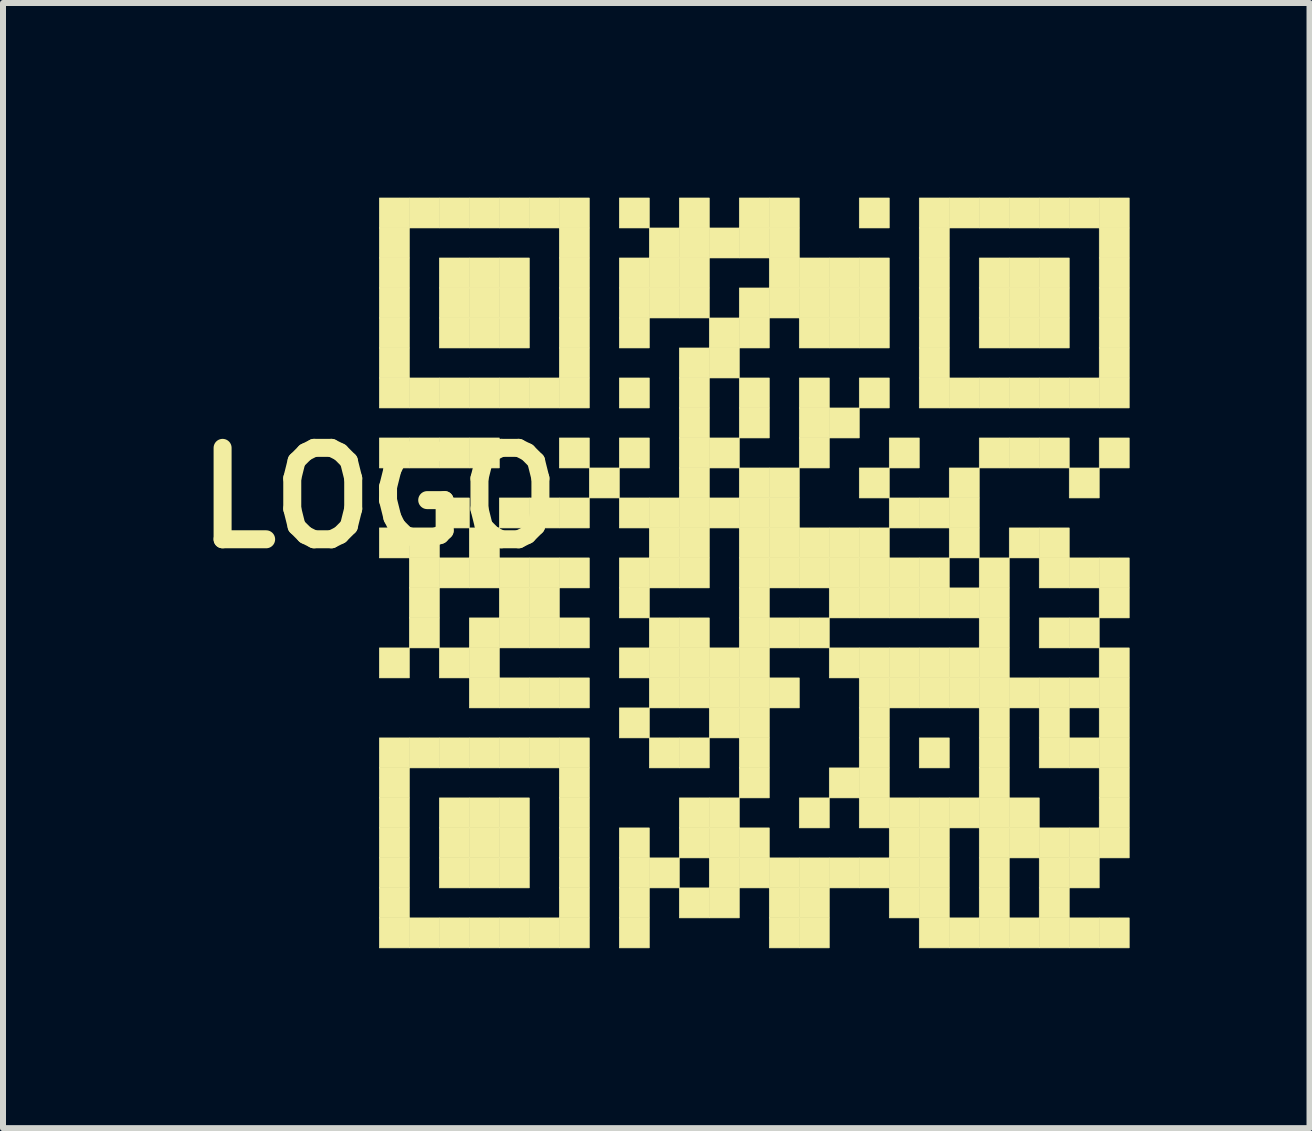
<source format=kicad_pcb>
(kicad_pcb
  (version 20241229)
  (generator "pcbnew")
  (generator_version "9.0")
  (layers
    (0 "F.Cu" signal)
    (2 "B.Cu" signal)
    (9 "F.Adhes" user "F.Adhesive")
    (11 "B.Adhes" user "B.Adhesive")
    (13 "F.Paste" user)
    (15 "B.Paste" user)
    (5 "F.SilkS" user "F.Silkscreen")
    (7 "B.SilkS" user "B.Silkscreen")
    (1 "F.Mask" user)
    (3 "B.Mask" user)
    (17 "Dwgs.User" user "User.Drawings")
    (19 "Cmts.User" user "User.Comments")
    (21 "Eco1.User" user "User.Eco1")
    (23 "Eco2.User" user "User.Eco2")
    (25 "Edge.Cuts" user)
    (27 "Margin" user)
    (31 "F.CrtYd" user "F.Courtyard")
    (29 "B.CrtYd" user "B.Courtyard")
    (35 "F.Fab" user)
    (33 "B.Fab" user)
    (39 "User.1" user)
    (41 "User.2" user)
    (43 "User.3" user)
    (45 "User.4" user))
  (footprint "LOGO"
    (layer "F.Cu")
    (at 3.273 0.25)
    (property "Reference" "LOGO" (at 0 5 0) (layer "F.SilkS") (effects (font (size 1.524 1.524) (thickness 0.3))))
    (attr through_hole)
    (fp_poly (pts (xy 0 0) (xy 0.5 0) (xy 0.5 0.5) (xy 0 0.5) (xy 0 0)) (stroke (width 0.01) (type solid)) (fill yes) (layer "F.SilkS"))
    (fp_poly (pts (xy 0 0.5) (xy 0.5 0.5) (xy 0.5 1) (xy 0 1) (xy 0 0.5)) (stroke (width 0.01) (type solid)) (fill yes) (layer "F.SilkS"))
    (fp_poly (pts (xy 0 1) (xy 0.5 1) (xy 0.5 1.5) (xy 0 1.5) (xy 0 1)) (stroke (width 0.01) (type solid)) (fill yes) (layer "F.SilkS"))
    (fp_poly (pts (xy 0 1.5) (xy 0.5 1.5) (xy 0.5 2) (xy 0 2) (xy 0 1.5)) (stroke (width 0.01) (type solid)) (fill yes) (layer "F.SilkS"))
    (fp_poly (pts (xy 0 2) (xy 0.5 2) (xy 0.5 2.5) (xy 0 2.5) (xy 0 2)) (stroke (width 0.01) (type solid)) (fill yes) (layer "F.SilkS"))
    (fp_poly (pts (xy 0 2.5) (xy 0.5 2.5) (xy 0.5 3) (xy 0 3) (xy 0 2.5)) (stroke (width 0.01) (type solid)) (fill yes) (layer "F.SilkS"))
    (fp_poly (pts (xy 0 3) (xy 0.5 3) (xy 0.5 3.5) (xy 0 3.5) (xy 0 3)) (stroke (width 0.01) (type solid)) (fill yes) (layer "F.SilkS"))
    (fp_poly (pts (xy 0 4) (xy 0.5 4) (xy 0.5 4.5) (xy 0 4.5) (xy 0 4)) (stroke (width 0.01) (type solid)) (fill yes) (layer "F.SilkS"))
    (fp_poly (pts (xy 0 5.5) (xy 0.5 5.5) (xy 0.5 6) (xy 0 6) (xy 0 5.5)) (stroke (width 0.01) (type solid)) (fill yes) (layer "F.SilkS"))
    (fp_poly (pts (xy 0 7.5) (xy 0.5 7.5) (xy 0.5 8) (xy 0 8) (xy 0 7.5)) (stroke (width 0.01) (type solid)) (fill yes) (layer "F.SilkS"))
    (fp_poly (pts (xy 0 9) (xy 0.5 9) (xy 0.5 9.5) (xy 0 9.5) (xy 0 9)) (stroke (width 0.01) (type solid)) (fill yes) (layer "F.SilkS"))
    (fp_poly (pts (xy 0 9.5) (xy 0.5 9.5) (xy 0.5 10) (xy 0 10) (xy 0 9.5)) (stroke (width 0.01) (type solid)) (fill yes) (layer "F.SilkS"))
    (fp_poly (pts (xy 0 10) (xy 0.5 10) (xy 0.5 10.5) (xy 0 10.5) (xy 0 10)) (stroke (width 0.01) (type solid)) (fill yes) (layer "F.SilkS"))
    (fp_poly (pts (xy 0 10.5) (xy 0.5 10.5) (xy 0.5 11) (xy 0 11) (xy 0 10.5)) (stroke (width 0.01) (type solid)) (fill yes) (layer "F.SilkS"))
    (fp_poly (pts (xy 0 11) (xy 0.5 11) (xy 0.5 11.5) (xy 0 11.5) (xy 0 11)) (stroke (width 0.01) (type solid)) (fill yes) (layer "F.SilkS"))
    (fp_poly (pts (xy 0 11.5) (xy 0.5 11.5) (xy 0.5 12) (xy 0 12) (xy 0 11.5)) (stroke (width 0.01) (type solid)) (fill yes) (layer "F.SilkS"))
    (fp_poly (pts (xy 0 12) (xy 0.5 12) (xy 0.5 12.5) (xy 0 12.5) (xy 0 12)) (stroke (width 0.01) (type solid)) (fill yes) (layer "F.SilkS"))
    (fp_poly (pts (xy 0.5 0) (xy 1 0) (xy 1 0.5) (xy 0.5 0.5) (xy 0.5 0)) (stroke (width 0.01) (type solid)) (fill yes) (layer "F.SilkS"))
    (fp_poly (pts (xy 0.5 3) (xy 1 3) (xy 1 3.5) (xy 0.5 3.5) (xy 0.5 3)) (stroke (width 0.01) (type solid)) (fill yes) (layer "F.SilkS"))
    (fp_poly (pts (xy 0.5 4) (xy 1 4) (xy 1 4.5) (xy 0.5 4.5) (xy 0.5 4)) (stroke (width 0.01) (type solid)) (fill yes) (layer "F.SilkS"))
    (fp_poly (pts (xy 0.5 5.5) (xy 1 5.5) (xy 1 6) (xy 0.5 6) (xy 0.5 5.5)) (stroke (width 0.01) (type solid)) (fill yes) (layer "F.SilkS"))
    (fp_poly (pts (xy 0.5 6) (xy 1 6) (xy 1 6.5) (xy 0.5 6.5) (xy 0.5 6)) (stroke (width 0.01) (type solid)) (fill yes) (layer "F.SilkS"))
    (fp_poly (pts (xy 0.5 6.5) (xy 1 6.5) (xy 1 7) (xy 0.5 7) (xy 0.5 6.5)) (stroke (width 0.01) (type solid)) (fill yes) (layer "F.SilkS"))
    (fp_poly (pts (xy 0.5 7) (xy 1 7) (xy 1 7.5) (xy 0.5 7.5) (xy 0.5 7)) (stroke (width 0.01) (type solid)) (fill yes) (layer "F.SilkS"))
    (fp_poly (pts (xy 0.5 9) (xy 1 9) (xy 1 9.5) (xy 0.5 9.5) (xy 0.5 9)) (stroke (width 0.01) (type solid)) (fill yes) (layer "F.SilkS"))
    (fp_poly (pts (xy 0.5 12) (xy 1 12) (xy 1 12.5) (xy 0.5 12.5) (xy 0.5 12)) (stroke (width 0.01) (type solid)) (fill yes) (layer "F.SilkS"))
    (fp_poly (pts (xy 1 0) (xy 1.5 0) (xy 1.5 0.5) (xy 1 0.5) (xy 1 0)) (stroke (width 0.01) (type solid)) (fill yes) (layer "F.SilkS"))
    (fp_poly (pts (xy 1 1) (xy 1.5 1) (xy 1.5 1.5) (xy 1 1.5) (xy 1 1)) (stroke (width 0.01) (type solid)) (fill yes) (layer "F.SilkS"))
    (fp_poly (pts (xy 1 1.5) (xy 1.5 1.5) (xy 1.5 2) (xy 1 2) (xy 1 1.5)) (stroke (width 0.01) (type solid)) (fill yes) (layer "F.SilkS"))
    (fp_poly (pts (xy 1 2) (xy 1.5 2) (xy 1.5 2.5) (xy 1 2.5) (xy 1 2)) (stroke (width 0.01) (type solid)) (fill yes) (layer "F.SilkS"))
    (fp_poly (pts (xy 1 3) (xy 1.5 3) (xy 1.5 3.5) (xy 1 3.5) (xy 1 3)) (stroke (width 0.01) (type solid)) (fill yes) (layer "F.SilkS"))
    (fp_poly (pts (xy 1 4) (xy 1.5 4) (xy 1.5 4.5) (xy 1 4.5) (xy 1 4)) (stroke (width 0.01) (type solid)) (fill yes) (layer "F.SilkS"))
    (fp_poly (pts (xy 1 5) (xy 1.5 5) (xy 1.5 5.5) (xy 1 5.5) (xy 1 5)) (stroke (width 0.01) (type solid)) (fill yes) (layer "F.SilkS"))
    (fp_poly (pts (xy 1 6) (xy 1.5 6) (xy 1.5 6.5) (xy 1 6.5) (xy 1 6)) (stroke (width 0.01) (type solid)) (fill yes) (layer "F.SilkS"))
    (fp_poly (pts (xy 1 7.5) (xy 1.5 7.5) (xy 1.5 8) (xy 1 8) (xy 1 7.5)) (stroke (width 0.01) (type solid)) (fill yes) (layer "F.SilkS"))
    (fp_poly (pts (xy 1 9) (xy 1.5 9) (xy 1.5 9.5) (xy 1 9.5) (xy 1 9)) (stroke (width 0.01) (type solid)) (fill yes) (layer "F.SilkS"))
    (fp_poly (pts (xy 1 10) (xy 1.5 10) (xy 1.5 10.5) (xy 1 10.5) (xy 1 10)) (stroke (width 0.01) (type solid)) (fill yes) (layer "F.SilkS"))
    (fp_poly (pts (xy 1 10.5) (xy 1.5 10.5) (xy 1.5 11) (xy 1 11) (xy 1 10.5)) (stroke (width 0.01) (type solid)) (fill yes) (layer "F.SilkS"))
    (fp_poly (pts (xy 1 11) (xy 1.5 11) (xy 1.5 11.5) (xy 1 11.5) (xy 1 11)) (stroke (width 0.01) (type solid)) (fill yes) (layer "F.SilkS"))
    (fp_poly (pts (xy 1 12) (xy 1.5 12) (xy 1.5 12.5) (xy 1 12.5) (xy 1 12)) (stroke (width 0.01) (type solid)) (fill yes) (layer "F.SilkS"))
    (fp_poly (pts (xy 1.5 0) (xy 2 0) (xy 2 0.5) (xy 1.5 0.5) (xy 1.5 0)) (stroke (width 0.01) (type solid)) (fill yes) (layer "F.SilkS"))
    (fp_poly (pts (xy 1.5 1) (xy 2 1) (xy 2 1.5) (xy 1.5 1.5) (xy 1.5 1)) (stroke (width 0.01) (type solid)) (fill yes) (layer "F.SilkS"))
    (fp_poly (pts (xy 1.5 1.5) (xy 2 1.5) (xy 2 2) (xy 1.5 2) (xy 1.5 1.5)) (stroke (width 0.01) (type solid)) (fill yes) (layer "F.SilkS"))
    (fp_poly (pts (xy 1.5 2) (xy 2 2) (xy 2 2.5) (xy 1.5 2.5) (xy 1.5 2)) (stroke (width 0.01) (type solid)) (fill yes) (layer "F.SilkS"))
    (fp_poly (pts (xy 1.5 3) (xy 2 3) (xy 2 3.5) (xy 1.5 3.5) (xy 1.5 3)) (stroke (width 0.01) (type solid)) (fill yes) (layer "F.SilkS"))
    (fp_poly (pts (xy 1.5 4) (xy 2 4) (xy 2 4.5) (xy 1.5 4.5) (xy 1.5 4)) (stroke (width 0.01) (type solid)) (fill yes) (layer "F.SilkS"))
    (fp_poly (pts (xy 1.5 5.5) (xy 2 5.5) (xy 2 6) (xy 1.5 6) (xy 1.5 5.5)) (stroke (width 0.01) (type solid)) (fill yes) (layer "F.SilkS"))
    (fp_poly (pts (xy 1.5 6) (xy 2 6) (xy 2 6.5) (xy 1.5 6.5) (xy 1.5 6)) (stroke (width 0.01) (type solid)) (fill yes) (layer "F.SilkS"))
    (fp_poly (pts (xy 1.5 7) (xy 2 7) (xy 2 7.5) (xy 1.5 7.5) (xy 1.5 7)) (stroke (width 0.01) (type solid)) (fill yes) (layer "F.SilkS"))
    (fp_poly (pts (xy 1.5 7.5) (xy 2 7.5) (xy 2 8) (xy 1.5 8) (xy 1.5 7.5)) (stroke (width 0.01) (type solid)) (fill yes) (layer "F.SilkS"))
    (fp_poly (pts (xy 1.5 8) (xy 2 8) (xy 2 8.5) (xy 1.5 8.5) (xy 1.5 8)) (stroke (width 0.01) (type solid)) (fill yes) (layer "F.SilkS"))
    (fp_poly (pts (xy 1.5 9) (xy 2 9) (xy 2 9.5) (xy 1.5 9.5) (xy 1.5 9)) (stroke (width 0.01) (type solid)) (fill yes) (layer "F.SilkS"))
    (fp_poly (pts (xy 1.5 10) (xy 2 10) (xy 2 10.5) (xy 1.5 10.5) (xy 1.5 10)) (stroke (width 0.01) (type solid)) (fill yes) (layer "F.SilkS"))
    (fp_poly (pts (xy 1.5 10.5) (xy 2 10.5) (xy 2 11) (xy 1.5 11) (xy 1.5 10.5)) (stroke (width 0.01) (type solid)) (fill yes) (layer "F.SilkS"))
    (fp_poly (pts (xy 1.5 11) (xy 2 11) (xy 2 11.5) (xy 1.5 11.5) (xy 1.5 11)) (stroke (width 0.01) (type solid)) (fill yes) (layer "F.SilkS"))
    (fp_poly (pts (xy 1.5 12) (xy 2 12) (xy 2 12.5) (xy 1.5 12.5) (xy 1.5 12)) (stroke (width 0.01) (type solid)) (fill yes) (layer "F.SilkS"))
    (fp_poly (pts (xy 2 0) (xy 2.5 0) (xy 2.5 0.5) (xy 2 0.5) (xy 2 0)) (stroke (width 0.01) (type solid)) (fill yes) (layer "F.SilkS"))
    (fp_poly (pts (xy 2 1) (xy 2.5 1) (xy 2.5 1.5) (xy 2 1.5) (xy 2 1)) (stroke (width 0.01) (type solid)) (fill yes) (layer "F.SilkS"))
    (fp_poly (pts (xy 2 1.5) (xy 2.5 1.5) (xy 2.5 2) (xy 2 2) (xy 2 1.5)) (stroke (width 0.01) (type solid)) (fill yes) (layer "F.SilkS"))
    (fp_poly (pts (xy 2 2) (xy 2.5 2) (xy 2.5 2.5) (xy 2 2.5) (xy 2 2)) (stroke (width 0.01) (type solid)) (fill yes) (layer "F.SilkS"))
    (fp_poly (pts (xy 2 3) (xy 2.5 3) (xy 2.5 3.5) (xy 2 3.5) (xy 2 3)) (stroke (width 0.01) (type solid)) (fill yes) (layer "F.SilkS"))
    (fp_poly (pts (xy 2 5) (xy 2.5 5) (xy 2.5 5.5) (xy 2 5.5) (xy 2 5)) (stroke (width 0.01) (type solid)) (fill yes) (layer "F.SilkS"))
    (fp_poly (pts (xy 2 6) (xy 2.5 6) (xy 2.5 6.5) (xy 2 6.5) (xy 2 6)) (stroke (width 0.01) (type solid)) (fill yes) (layer "F.SilkS"))
    (fp_poly (pts (xy 2 6.5) (xy 2.5 6.5) (xy 2.5 7) (xy 2 7) (xy 2 6.5)) (stroke (width 0.01) (type solid)) (fill yes) (layer "F.SilkS"))
    (fp_poly (pts (xy 2 7) (xy 2.5 7) (xy 2.5 7.5) (xy 2 7.5) (xy 2 7)) (stroke (width 0.01) (type solid)) (fill yes) (layer "F.SilkS"))
    (fp_poly (pts (xy 2 8) (xy 2.5 8) (xy 2.5 8.5) (xy 2 8.5) (xy 2 8)) (stroke (width 0.01) (type solid)) (fill yes) (layer "F.SilkS"))
    (fp_poly (pts (xy 2 9) (xy 2.5 9) (xy 2.5 9.5) (xy 2 9.5) (xy 2 9)) (stroke (width 0.01) (type solid)) (fill yes) (layer "F.SilkS"))
    (fp_poly (pts (xy 2 10) (xy 2.5 10) (xy 2.5 10.5) (xy 2 10.5) (xy 2 10)) (stroke (width 0.01) (type solid)) (fill yes) (layer "F.SilkS"))
    (fp_poly (pts (xy 2 10.5) (xy 2.5 10.5) (xy 2.5 11) (xy 2 11) (xy 2 10.5)) (stroke (width 0.01) (type solid)) (fill yes) (layer "F.SilkS"))
    (fp_poly (pts (xy 2 11) (xy 2.5 11) (xy 2.5 11.5) (xy 2 11.5) (xy 2 11)) (stroke (width 0.01) (type solid)) (fill yes) (layer "F.SilkS"))
    (fp_poly (pts (xy 2 12) (xy 2.5 12) (xy 2.5 12.5) (xy 2 12.5) (xy 2 12)) (stroke (width 0.01) (type solid)) (fill yes) (layer "F.SilkS"))
    (fp_poly (pts (xy 2.5 0) (xy 3 0) (xy 3 0.5) (xy 2.5 0.5) (xy 2.5 0)) (stroke (width 0.01) (type solid)) (fill yes) (layer "F.SilkS"))
    (fp_poly (pts (xy 2.5 3) (xy 3 3) (xy 3 3.5) (xy 2.5 3.5) (xy 2.5 3)) (stroke (width 0.01) (type solid)) (fill yes) (layer "F.SilkS"))
    (fp_poly (pts (xy 2.5 5) (xy 3 5) (xy 3 5.5) (xy 2.5 5.5) (xy 2.5 5)) (stroke (width 0.01) (type solid)) (fill yes) (layer "F.SilkS"))
    (fp_poly (pts (xy 2.5 6) (xy 3 6) (xy 3 6.5) (xy 2.5 6.5) (xy 2.5 6)) (stroke (width 0.01) (type solid)) (fill yes) (layer "F.SilkS"))
    (fp_poly (pts (xy 2.5 6.5) (xy 3 6.5) (xy 3 7) (xy 2.5 7) (xy 2.5 6.5)) (stroke (width 0.01) (type solid)) (fill yes) (layer "F.SilkS"))
    (fp_poly (pts (xy 2.5 7) (xy 3 7) (xy 3 7.5) (xy 2.5 7.5) (xy 2.5 7)) (stroke (width 0.01) (type solid)) (fill yes) (layer "F.SilkS"))
    (fp_poly (pts (xy 2.5 8) (xy 3 8) (xy 3 8.5) (xy 2.5 8.5) (xy 2.5 8)) (stroke (width 0.01) (type solid)) (fill yes) (layer "F.SilkS"))
    (fp_poly (pts (xy 2.5 9) (xy 3 9) (xy 3 9.5) (xy 2.5 9.5) (xy 2.5 9)) (stroke (width 0.01) (type solid)) (fill yes) (layer "F.SilkS"))
    (fp_poly (pts (xy 2.5 12) (xy 3 12) (xy 3 12.5) (xy 2.5 12.5) (xy 2.5 12)) (stroke (width 0.01) (type solid)) (fill yes) (layer "F.SilkS"))
    (fp_poly (pts (xy 3 0) (xy 3.5 0) (xy 3.5 0.5) (xy 3 0.5) (xy 3 0)) (stroke (width 0.01) (type solid)) (fill yes) (layer "F.SilkS"))
    (fp_poly (pts (xy 3 0.5) (xy 3.5 0.5) (xy 3.5 1) (xy 3 1) (xy 3 0.5)) (stroke (width 0.01) (type solid)) (fill yes) (layer "F.SilkS"))
    (fp_poly (pts (xy 3 1) (xy 3.5 1) (xy 3.5 1.5) (xy 3 1.5) (xy 3 1)) (stroke (width 0.01) (type solid)) (fill yes) (layer "F.SilkS"))
    (fp_poly (pts (xy 3 1.5) (xy 3.5 1.5) (xy 3.5 2) (xy 3 2) (xy 3 1.5)) (stroke (width 0.01) (type solid)) (fill yes) (layer "F.SilkS"))
    (fp_poly (pts (xy 3 2) (xy 3.5 2) (xy 3.5 2.5) (xy 3 2.5) (xy 3 2)) (stroke (width 0.01) (type solid)) (fill yes) (layer "F.SilkS"))
    (fp_poly (pts (xy 3 2.5) (xy 3.5 2.5) (xy 3.5 3) (xy 3 3) (xy 3 2.5)) (stroke (width 0.01) (type solid)) (fill yes) (layer "F.SilkS"))
    (fp_poly (pts (xy 3 3) (xy 3.5 3) (xy 3.5 3.5) (xy 3 3.5) (xy 3 3)) (stroke (width 0.01) (type solid)) (fill yes) (layer "F.SilkS"))
    (fp_poly (pts (xy 3 4) (xy 3.5 4) (xy 3.5 4.5) (xy 3 4.5) (xy 3 4)) (stroke (width 0.01) (type solid)) (fill yes) (layer "F.SilkS"))
    (fp_poly (pts (xy 3 5) (xy 3.5 5) (xy 3.5 5.5) (xy 3 5.5) (xy 3 5)) (stroke (width 0.01) (type solid)) (fill yes) (layer "F.SilkS"))
    (fp_poly (pts (xy 3 6) (xy 3.5 6) (xy 3.5 6.5) (xy 3 6.5) (xy 3 6)) (stroke (width 0.01) (type solid)) (fill yes) (layer "F.SilkS"))
    (fp_poly (pts (xy 3 7) (xy 3.5 7) (xy 3.5 7.5) (xy 3 7.5) (xy 3 7)) (stroke (width 0.01) (type solid)) (fill yes) (layer "F.SilkS"))
    (fp_poly (pts (xy 3 8) (xy 3.5 8) (xy 3.5 8.5) (xy 3 8.5) (xy 3 8)) (stroke (width 0.01) (type solid)) (fill yes) (layer "F.SilkS"))
    (fp_poly (pts (xy 3 9) (xy 3.5 9) (xy 3.5 9.5) (xy 3 9.5) (xy 3 9)) (stroke (width 0.01) (type solid)) (fill yes) (layer "F.SilkS"))
    (fp_poly (pts (xy 3 9.5) (xy 3.5 9.5) (xy 3.5 10) (xy 3 10) (xy 3 9.5)) (stroke (width 0.01) (type solid)) (fill yes) (layer "F.SilkS"))
    (fp_poly (pts (xy 3 10) (xy 3.5 10) (xy 3.5 10.5) (xy 3 10.5) (xy 3 10)) (stroke (width 0.01) (type solid)) (fill yes) (layer "F.SilkS"))
    (fp_poly (pts (xy 3 10.5) (xy 3.5 10.5) (xy 3.5 11) (xy 3 11) (xy 3 10.5)) (stroke (width 0.01) (type solid)) (fill yes) (layer "F.SilkS"))
    (fp_poly (pts (xy 3 11) (xy 3.5 11) (xy 3.5 11.5) (xy 3 11.5) (xy 3 11)) (stroke (width 0.01) (type solid)) (fill yes) (layer "F.SilkS"))
    (fp_poly (pts (xy 3 11.5) (xy 3.5 11.5) (xy 3.5 12) (xy 3 12) (xy 3 11.5)) (stroke (width 0.01) (type solid)) (fill yes) (layer "F.SilkS"))
    (fp_poly (pts (xy 3 12) (xy 3.5 12) (xy 3.5 12.5) (xy 3 12.5) (xy 3 12)) (stroke (width 0.01) (type solid)) (fill yes) (layer "F.SilkS"))
    (fp_poly (pts (xy 3.5 4.5) (xy 4 4.5) (xy 4 5) (xy 3.5 5) (xy 3.5 4.5)) (stroke (width 0.01) (type solid)) (fill yes) (layer "F.SilkS"))
    (fp_poly (pts (xy 4 0) (xy 4.5 0) (xy 4.5 0.5) (xy 4 0.5) (xy 4 0)) (stroke (width 0.01) (type solid)) (fill yes) (layer "F.SilkS"))
    (fp_poly (pts (xy 4 1) (xy 4.5 1) (xy 4.5 1.5) (xy 4 1.5) (xy 4 1)) (stroke (width 0.01) (type solid)) (fill yes) (layer "F.SilkS"))
    (fp_poly (pts (xy 4 1.5) (xy 4.5 1.5) (xy 4.5 2) (xy 4 2) (xy 4 1.5)) (stroke (width 0.01) (type solid)) (fill yes) (layer "F.SilkS"))
    (fp_poly (pts (xy 4 2) (xy 4.5 2) (xy 4.5 2.5) (xy 4 2.5) (xy 4 2)) (stroke (width 0.01) (type solid)) (fill yes) (layer "F.SilkS"))
    (fp_poly (pts (xy 4 3) (xy 4.5 3) (xy 4.5 3.5) (xy 4 3.5) (xy 4 3)) (stroke (width 0.01) (type solid)) (fill yes) (layer "F.SilkS"))
    (fp_poly (pts (xy 4 4) (xy 4.5 4) (xy 4.5 4.5) (xy 4 4.5) (xy 4 4)) (stroke (width 0.01) (type solid)) (fill yes) (layer "F.SilkS"))
    (fp_poly (pts (xy 4 5) (xy 4.5 5) (xy 4.5 5.5) (xy 4 5.5) (xy 4 5)) (stroke (width 0.01) (type solid)) (fill yes) (layer "F.SilkS"))
    (fp_poly (pts (xy 4 6) (xy 4.5 6) (xy 4.5 6.5) (xy 4 6.5) (xy 4 6)) (stroke (width 0.01) (type solid)) (fill yes) (layer "F.SilkS"))
    (fp_poly (pts (xy 4 6.5) (xy 4.5 6.5) (xy 4.5 7) (xy 4 7) (xy 4 6.5)) (stroke (width 0.01) (type solid)) (fill yes) (layer "F.SilkS"))
    (fp_poly (pts (xy 4 7.5) (xy 4.5 7.5) (xy 4.5 8) (xy 4 8) (xy 4 7.5)) (stroke (width 0.01) (type solid)) (fill yes) (layer "F.SilkS"))
    (fp_poly (pts (xy 4 8.5) (xy 4.5 8.5) (xy 4.5 9) (xy 4 9) (xy 4 8.5)) (stroke (width 0.01) (type solid)) (fill yes) (layer "F.SilkS"))
    (fp_poly (pts (xy 4 10.5) (xy 4.5 10.5) (xy 4.5 11) (xy 4 11) (xy 4 10.5)) (stroke (width 0.01) (type solid)) (fill yes) (layer "F.SilkS"))
    (fp_poly (pts (xy 4 11) (xy 4.5 11) (xy 4.5 11.5) (xy 4 11.5) (xy 4 11)) (stroke (width 0.01) (type solid)) (fill yes) (layer "F.SilkS"))
    (fp_poly (pts (xy 4 11.5) (xy 4.5 11.5) (xy 4.5 12) (xy 4 12) (xy 4 11.5)) (stroke (width 0.01) (type solid)) (fill yes) (layer "F.SilkS"))
    (fp_poly (pts (xy 4 12) (xy 4.5 12) (xy 4.5 12.5) (xy 4 12.5) (xy 4 12)) (stroke (width 0.01) (type solid)) (fill yes) (layer "F.SilkS"))
    (fp_poly (pts (xy 4.5 0.5) (xy 5 0.5) (xy 5 1) (xy 4.5 1) (xy 4.5 0.5)) (stroke (width 0.01) (type solid)) (fill yes) (layer "F.SilkS"))
    (fp_poly (pts (xy 4.5 1) (xy 5 1) (xy 5 1.5) (xy 4.5 1.5) (xy 4.5 1)) (stroke (width 0.01) (type solid)) (fill yes) (layer "F.SilkS"))
    (fp_poly (pts (xy 4.5 1.5) (xy 5 1.5) (xy 5 2) (xy 4.5 2) (xy 4.5 1.5)) (stroke (width 0.01) (type solid)) (fill yes) (layer "F.SilkS"))
    (fp_poly (pts (xy 4.5 5) (xy 5 5) (xy 5 5.5) (xy 4.5 5.5) (xy 4.5 5)) (stroke (width 0.01) (type solid)) (fill yes) (layer "F.SilkS"))
    (fp_poly (pts (xy 4.5 5.5) (xy 5 5.5) (xy 5 6) (xy 4.5 6) (xy 4.5 5.5)) (stroke (width 0.01) (type solid)) (fill yes) (layer "F.SilkS"))
    (fp_poly (pts (xy 4.5 6) (xy 5 6) (xy 5 6.5) (xy 4.5 6.5) (xy 4.5 6)) (stroke (width 0.01) (type solid)) (fill yes) (layer "F.SilkS"))
    (fp_poly (pts (xy 4.5 7) (xy 5 7) (xy 5 7.5) (xy 4.5 7.5) (xy 4.5 7)) (stroke (width 0.01) (type solid)) (fill yes) (layer "F.SilkS"))
    (fp_poly (pts (xy 4.5 7.5) (xy 5 7.5) (xy 5 8) (xy 4.5 8) (xy 4.5 7.5)) (stroke (width 0.01) (type solid)) (fill yes) (layer "F.SilkS"))
    (fp_poly (pts (xy 4.5 8) (xy 5 8) (xy 5 8.5) (xy 4.5 8.5) (xy 4.5 8)) (stroke (width 0.01) (type solid)) (fill yes) (layer "F.SilkS"))
    (fp_poly (pts (xy 4.5 9) (xy 5 9) (xy 5 9.5) (xy 4.5 9.5) (xy 4.5 9)) (stroke (width 0.01) (type solid)) (fill yes) (layer "F.SilkS"))
    (fp_poly (pts (xy 4.5 11) (xy 5 11) (xy 5 11.5) (xy 4.5 11.5) (xy 4.5 11)) (stroke (width 0.01) (type solid)) (fill yes) (layer "F.SilkS"))
    (fp_poly (pts (xy 5 0) (xy 5.5 0) (xy 5.5 0.5) (xy 5 0.5) (xy 5 0)) (stroke (width 0.01) (type solid)) (fill yes) (layer "F.SilkS"))
    (fp_poly (pts (xy 5 0.5) (xy 5.5 0.5) (xy 5.5 1) (xy 5 1) (xy 5 0.5)) (stroke (width 0.01) (type solid)) (fill yes) (layer "F.SilkS"))
    (fp_poly (pts (xy 5 1) (xy 5.5 1) (xy 5.5 1.5) (xy 5 1.5) (xy 5 1)) (stroke (width 0.01) (type solid)) (fill yes) (layer "F.SilkS"))
    (fp_poly (pts (xy 5 1.5) (xy 5.5 1.5) (xy 5.5 2) (xy 5 2) (xy 5 1.5)) (stroke (width 0.01) (type solid)) (fill yes) (layer "F.SilkS"))
    (fp_poly (pts (xy 5 2.5) (xy 5.5 2.5) (xy 5.5 3) (xy 5 3) (xy 5 2.5)) (stroke (width 0.01) (type solid)) (fill yes) (layer "F.SilkS"))
    (fp_poly (pts (xy 5 3) (xy 5.5 3) (xy 5.5 3.5) (xy 5 3.5) (xy 5 3)) (stroke (width 0.01) (type solid)) (fill yes) (layer "F.SilkS"))
    (fp_poly (pts (xy 5 3.5) (xy 5.5 3.5) (xy 5.5 4) (xy 5 4) (xy 5 3.5)) (stroke (width 0.01) (type solid)) (fill yes) (layer "F.SilkS"))
    (fp_poly (pts (xy 5 4) (xy 5.5 4) (xy 5.5 4.5) (xy 5 4.5) (xy 5 4)) (stroke (width 0.01) (type solid)) (fill yes) (layer "F.SilkS"))
    (fp_poly (pts (xy 5 4.5) (xy 5.5 4.5) (xy 5.5 5) (xy 5 5) (xy 5 4.5)) (stroke (width 0.01) (type solid)) (fill yes) (layer "F.SilkS"))
    (fp_poly (pts (xy 5 5) (xy 5.5 5) (xy 5.5 5.5) (xy 5 5.5) (xy 5 5)) (stroke (width 0.01) (type solid)) (fill yes) (layer "F.SilkS"))
    (fp_poly (pts (xy 5 5.5) (xy 5.5 5.5) (xy 5.5 6) (xy 5 6) (xy 5 5.5)) (stroke (width 0.01) (type solid)) (fill yes) (layer "F.SilkS"))
    (fp_poly (pts (xy 5 6) (xy 5.5 6) (xy 5.5 6.5) (xy 5 6.5) (xy 5 6)) (stroke (width 0.01) (type solid)) (fill yes) (layer "F.SilkS"))
    (fp_poly (pts (xy 5 7) (xy 5.5 7) (xy 5.5 7.5) (xy 5 7.5) (xy 5 7)) (stroke (width 0.01) (type solid)) (fill yes) (layer "F.SilkS"))
    (fp_poly (pts (xy 5 7.5) (xy 5.5 7.5) (xy 5.5 8) (xy 5 8) (xy 5 7.5)) (stroke (width 0.01) (type solid)) (fill yes) (layer "F.SilkS"))
    (fp_poly (pts (xy 5 8) (xy 5.5 8) (xy 5.5 8.5) (xy 5 8.5) (xy 5 8)) (stroke (width 0.01) (type solid)) (fill yes) (layer "F.SilkS"))
    (fp_poly (pts (xy 5 9) (xy 5.5 9) (xy 5.5 9.5) (xy 5 9.5) (xy 5 9)) (stroke (width 0.01) (type solid)) (fill yes) (layer "F.SilkS"))
    (fp_poly (pts (xy 5 10) (xy 5.5 10) (xy 5.5 10.5) (xy 5 10.5) (xy 5 10)) (stroke (width 0.01) (type solid)) (fill yes) (layer "F.SilkS"))
    (fp_poly (pts (xy 5 10.5) (xy 5.5 10.5) (xy 5.5 11) (xy 5 11) (xy 5 10.5)) (stroke (width 0.01) (type solid)) (fill yes) (layer "F.SilkS"))
    (fp_poly (pts (xy 5 11.5) (xy 5.5 11.5) (xy 5.5 12) (xy 5 12) (xy 5 11.5)) (stroke (width 0.01) (type solid)) (fill yes) (layer "F.SilkS"))
    (fp_poly (pts (xy 5.5 0.5) (xy 6 0.5) (xy 6 1) (xy 5.5 1) (xy 5.5 0.5)) (stroke (width 0.01) (type solid)) (fill yes) (layer "F.SilkS"))
    (fp_poly (pts (xy 5.5 2) (xy 6 2) (xy 6 2.5) (xy 5.5 2.5) (xy 5.5 2)) (stroke (width 0.01) (type solid)) (fill yes) (layer "F.SilkS"))
    (fp_poly (pts (xy 5.5 2.5) (xy 6 2.5) (xy 6 3) (xy 5.5 3) (xy 5.5 2.5)) (stroke (width 0.01) (type solid)) (fill yes) (layer "F.SilkS"))
    (fp_poly (pts (xy 5.5 4) (xy 6 4) (xy 6 4.5) (xy 5.5 4.5) (xy 5.5 4)) (stroke (width 0.01) (type solid)) (fill yes) (layer "F.SilkS"))
    (fp_poly (pts (xy 5.5 5) (xy 6 5) (xy 6 5.5) (xy 5.5 5.5) (xy 5.5 5)) (stroke (width 0.01) (type solid)) (fill yes) (layer "F.SilkS"))
    (fp_poly (pts (xy 5.5 7.5) (xy 6 7.5) (xy 6 8) (xy 5.5 8) (xy 5.5 7.5)) (stroke (width 0.01) (type solid)) (fill yes) (layer "F.SilkS"))
    (fp_poly (pts (xy 5.5 8) (xy 6 8) (xy 6 8.5) (xy 5.5 8.5) (xy 5.5 8)) (stroke (width 0.01) (type solid)) (fill yes) (layer "F.SilkS"))
    (fp_poly (pts (xy 5.5 8.5) (xy 6 8.5) (xy 6 9) (xy 5.5 9) (xy 5.5 8.5)) (stroke (width 0.01) (type solid)) (fill yes) (layer "F.SilkS"))
    (fp_poly (pts (xy 5.5 10) (xy 6 10) (xy 6 10.5) (xy 5.5 10.5) (xy 5.5 10)) (stroke (width 0.01) (type solid)) (fill yes) (layer "F.SilkS"))
    (fp_poly (pts (xy 5.5 10.5) (xy 6 10.5) (xy 6 11) (xy 5.5 11) (xy 5.5 10.5)) (stroke (width 0.01) (type solid)) (fill yes) (layer "F.SilkS"))
    (fp_poly (pts (xy 5.5 11) (xy 6 11) (xy 6 11.5) (xy 5.5 11.5) (xy 5.5 11)) (stroke (width 0.01) (type solid)) (fill yes) (layer "F.SilkS"))
    (fp_poly (pts (xy 5.5 11.5) (xy 6 11.5) (xy 6 12) (xy 5.5 12) (xy 5.5 11.5)) (stroke (width 0.01) (type solid)) (fill yes) (layer "F.SilkS"))
    (fp_poly (pts (xy 6 0) (xy 6.5 0) (xy 6.5 0.5) (xy 6 0.5) (xy 6 0)) (stroke (width 0.01) (type solid)) (fill yes) (layer "F.SilkS"))
    (fp_poly (pts (xy 6 0.5) (xy 6.5 0.5) (xy 6.5 1) (xy 6 1) (xy 6 0.5)) (stroke (width 0.01) (type solid)) (fill yes) (layer "F.SilkS"))
    (fp_poly (pts (xy 6 1.5) (xy 6.5 1.5) (xy 6.5 2) (xy 6 2) (xy 6 1.5)) (stroke (width 0.01) (type solid)) (fill yes) (layer "F.SilkS"))
    (fp_poly (pts (xy 6 2) (xy 6.5 2) (xy 6.5 2.5) (xy 6 2.5) (xy 6 2)) (stroke (width 0.01) (type solid)) (fill yes) (layer "F.SilkS"))
    (fp_poly (pts (xy 6 3) (xy 6.5 3) (xy 6.5 3.5) (xy 6 3.5) (xy 6 3)) (stroke (width 0.01) (type solid)) (fill yes) (layer "F.SilkS"))
    (fp_poly (pts (xy 6 3.5) (xy 6.5 3.5) (xy 6.5 4) (xy 6 4) (xy 6 3.5)) (stroke (width 0.01) (type solid)) (fill yes) (layer "F.SilkS"))
    (fp_poly (pts (xy 6 4.5) (xy 6.5 4.5) (xy 6.5 5) (xy 6 5) (xy 6 4.5)) (stroke (width 0.01) (type solid)) (fill yes) (layer "F.SilkS"))
    (fp_poly (pts (xy 6 5) (xy 6.5 5) (xy 6.5 5.5) (xy 6 5.5) (xy 6 5)) (stroke (width 0.01) (type solid)) (fill yes) (layer "F.SilkS"))
    (fp_poly (pts (xy 6 5.5) (xy 6.5 5.5) (xy 6.5 6) (xy 6 6) (xy 6 5.5)) (stroke (width 0.01) (type solid)) (fill yes) (layer "F.SilkS"))
    (fp_poly (pts (xy 6 6) (xy 6.5 6) (xy 6.5 6.5) (xy 6 6.5) (xy 6 6)) (stroke (width 0.01) (type solid)) (fill yes) (layer "F.SilkS"))
    (fp_poly (pts (xy 6 6.5) (xy 6.5 6.5) (xy 6.5 7) (xy 6 7) (xy 6 6.5)) (stroke (width 0.01) (type solid)) (fill yes) (layer "F.SilkS"))
    (fp_poly (pts (xy 6 7) (xy 6.5 7) (xy 6.5 7.5) (xy 6 7.5) (xy 6 7)) (stroke (width 0.01) (type solid)) (fill yes) (layer "F.SilkS"))
    (fp_poly (pts (xy 6 7.5) (xy 6.5 7.5) (xy 6.5 8) (xy 6 8) (xy 6 7.5)) (stroke (width 0.01) (type solid)) (fill yes) (layer "F.SilkS"))
    (fp_poly (pts (xy 6 8) (xy 6.5 8) (xy 6.5 8.5) (xy 6 8.5) (xy 6 8)) (stroke (width 0.01) (type solid)) (fill yes) (layer "F.SilkS"))
    (fp_poly (pts (xy 6 8.5) (xy 6.5 8.5) (xy 6.5 9) (xy 6 9) (xy 6 8.5)) (stroke (width 0.01) (type solid)) (fill yes) (layer "F.SilkS"))
    (fp_poly (pts (xy 6 9) (xy 6.5 9) (xy 6.5 9.5) (xy 6 9.5) (xy 6 9)) (stroke (width 0.01) (type solid)) (fill yes) (layer "F.SilkS"))
    (fp_poly (pts (xy 6 9.5) (xy 6.5 9.5) (xy 6.5 10) (xy 6 10) (xy 6 9.5)) (stroke (width 0.01) (type solid)) (fill yes) (layer "F.SilkS"))
    (fp_poly (pts (xy 6 10.5) (xy 6.5 10.5) (xy 6.5 11) (xy 6 11) (xy 6 10.5)) (stroke (width 0.01) (type solid)) (fill yes) (layer "F.SilkS"))
    (fp_poly (pts (xy 6 11) (xy 6.5 11) (xy 6.5 11.5) (xy 6 11.5) (xy 6 11)) (stroke (width 0.01) (type solid)) (fill yes) (layer "F.SilkS"))
    (fp_poly (pts (xy 6.5 0) (xy 7 0) (xy 7 0.5) (xy 6.5 0.5) (xy 6.5 0)) (stroke (width 0.01) (type solid)) (fill yes) (layer "F.SilkS"))
    (fp_poly (pts (xy 6.5 0.5) (xy 7 0.5) (xy 7 1) (xy 6.5 1) (xy 6.5 0.5)) (stroke (width 0.01) (type solid)) (fill yes) (layer "F.SilkS"))
    (fp_poly (pts (xy 6.5 1) (xy 7 1) (xy 7 1.5) (xy 6.5 1.5) (xy 6.5 1)) (stroke (width 0.01) (type solid)) (fill yes) (layer "F.SilkS"))
    (fp_poly (pts (xy 6.5 1.5) (xy 7 1.5) (xy 7 2) (xy 6.5 2) (xy 6.5 1.5)) (stroke (width 0.01) (type solid)) (fill yes) (layer "F.SilkS"))
    (fp_poly (pts (xy 6.5 4.5) (xy 7 4.5) (xy 7 5) (xy 6.5 5) (xy 6.5 4.5)) (stroke (width 0.01) (type solid)) (fill yes) (layer "F.SilkS"))
    (fp_poly (pts (xy 6.5 5) (xy 7 5) (xy 7 5.5) (xy 6.5 5.5) (xy 6.5 5)) (stroke (width 0.01) (type solid)) (fill yes) (layer "F.SilkS"))
    (fp_poly (pts (xy 6.5 5.5) (xy 7 5.5) (xy 7 6) (xy 6.5 6) (xy 6.5 5.5)) (stroke (width 0.01) (type solid)) (fill yes) (layer "F.SilkS"))
    (fp_poly (pts (xy 6.5 6) (xy 7 6) (xy 7 6.5) (xy 6.5 6.5) (xy 6.5 6)) (stroke (width 0.01) (type solid)) (fill yes) (layer "F.SilkS"))
    (fp_poly (pts (xy 6.5 7) (xy 7 7) (xy 7 7.5) (xy 6.5 7.5) (xy 6.5 7)) (stroke (width 0.01) (type solid)) (fill yes) (layer "F.SilkS"))
    (fp_poly (pts (xy 6.5 8) (xy 7 8) (xy 7 8.5) (xy 6.5 8.5) (xy 6.5 8)) (stroke (width 0.01) (type solid)) (fill yes) (layer "F.SilkS"))
    (fp_poly (pts (xy 6.5 11) (xy 7 11) (xy 7 11.5) (xy 6.5 11.5) (xy 6.5 11)) (stroke (width 0.01) (type solid)) (fill yes) (layer "F.SilkS"))
    (fp_poly (pts (xy 6.5 11.5) (xy 7 11.5) (xy 7 12) (xy 6.5 12) (xy 6.5 11.5)) (stroke (width 0.01) (type solid)) (fill yes) (layer "F.SilkS"))
    (fp_poly (pts (xy 6.5 12) (xy 7 12) (xy 7 12.5) (xy 6.5 12.5) (xy 6.5 12)) (stroke (width 0.01) (type solid)) (fill yes) (layer "F.SilkS"))
    (fp_poly (pts (xy 7 1) (xy 7.5 1) (xy 7.5 1.5) (xy 7 1.5) (xy 7 1)) (stroke (width 0.01) (type solid)) (fill yes) (layer "F.SilkS"))
    (fp_poly (pts (xy 7 1.5) (xy 7.5 1.5) (xy 7.5 2) (xy 7 2) (xy 7 1.5)) (stroke (width 0.01) (type solid)) (fill yes) (layer "F.SilkS"))
    (fp_poly (pts (xy 7 2) (xy 7.5 2) (xy 7.5 2.5) (xy 7 2.5) (xy 7 2)) (stroke (width 0.01) (type solid)) (fill yes) (layer "F.SilkS"))
    (fp_poly (pts (xy 7 3) (xy 7.5 3) (xy 7.5 3.5) (xy 7 3.5) (xy 7 3)) (stroke (width 0.01) (type solid)) (fill yes) (layer "F.SilkS"))
    (fp_poly (pts (xy 7 3.5) (xy 7.5 3.5) (xy 7.5 4) (xy 7 4) (xy 7 3.5)) (stroke (width 0.01) (type solid)) (fill yes) (layer "F.SilkS"))
    (fp_poly (pts (xy 7 4) (xy 7.5 4) (xy 7.5 4.5) (xy 7 4.5) (xy 7 4)) (stroke (width 0.01) (type solid)) (fill yes) (layer "F.SilkS"))
    (fp_poly (pts (xy 7 5.5) (xy 7.5 5.5) (xy 7.5 6) (xy 7 6) (xy 7 5.5)) (stroke (width 0.01) (type solid)) (fill yes) (layer "F.SilkS"))
    (fp_poly (pts (xy 7 6) (xy 7.5 6) (xy 7.5 6.5) (xy 7 6.5) (xy 7 6)) (stroke (width 0.01) (type solid)) (fill yes) (layer "F.SilkS"))
    (fp_poly (pts (xy 7 7) (xy 7.5 7) (xy 7.5 7.5) (xy 7 7.5) (xy 7 7)) (stroke (width 0.01) (type solid)) (fill yes) (layer "F.SilkS"))
    (fp_poly (pts (xy 7 10) (xy 7.5 10) (xy 7.5 10.5) (xy 7 10.5) (xy 7 10)) (stroke (width 0.01) (type solid)) (fill yes) (layer "F.SilkS"))
    (fp_poly (pts (xy 7 11) (xy 7.5 11) (xy 7.5 11.5) (xy 7 11.5) (xy 7 11)) (stroke (width 0.01) (type solid)) (fill yes) (layer "F.SilkS"))
    (fp_poly (pts (xy 7 11.5) (xy 7.5 11.5) (xy 7.5 12) (xy 7 12) (xy 7 11.5)) (stroke (width 0.01) (type solid)) (fill yes) (layer "F.SilkS"))
    (fp_poly (pts (xy 7 12) (xy 7.5 12) (xy 7.5 12.5) (xy 7 12.5) (xy 7 12)) (stroke (width 0.01) (type solid)) (fill yes) (layer "F.SilkS"))
    (fp_poly (pts (xy 7.5 1) (xy 8 1) (xy 8 1.5) (xy 7.5 1.5) (xy 7.5 1)) (stroke (width 0.01) (type solid)) (fill yes) (layer "F.SilkS"))
    (fp_poly (pts (xy 7.5 1.5) (xy 8 1.5) (xy 8 2) (xy 7.5 2) (xy 7.5 1.5)) (stroke (width 0.01) (type solid)) (fill yes) (layer "F.SilkS"))
    (fp_poly (pts (xy 7.5 2) (xy 8 2) (xy 8 2.5) (xy 7.5 2.5) (xy 7.5 2)) (stroke (width 0.01) (type solid)) (fill yes) (layer "F.SilkS"))
    (fp_poly (pts (xy 7.5 3.5) (xy 8 3.5) (xy 8 4) (xy 7.5 4) (xy 7.5 3.5)) (stroke (width 0.01) (type solid)) (fill yes) (layer "F.SilkS"))
    (fp_poly (pts (xy 7.5 5.5) (xy 8 5.5) (xy 8 6) (xy 7.5 6) (xy 7.5 5.5)) (stroke (width 0.01) (type solid)) (fill yes) (layer "F.SilkS"))
    (fp_poly (pts (xy 7.5 6) (xy 8 6) (xy 8 6.5) (xy 7.5 6.5) (xy 7.5 6)) (stroke (width 0.01) (type solid)) (fill yes) (layer "F.SilkS"))
    (fp_poly (pts (xy 7.5 6.5) (xy 8 6.5) (xy 8 7) (xy 7.5 7) (xy 7.5 6.5)) (stroke (width 0.01) (type solid)) (fill yes) (layer "F.SilkS"))
    (fp_poly (pts (xy 7.5 7.5) (xy 8 7.5) (xy 8 8) (xy 7.5 8) (xy 7.5 7.5)) (stroke (width 0.01) (type solid)) (fill yes) (layer "F.SilkS"))
    (fp_poly (pts (xy 7.5 9.5) (xy 8 9.5) (xy 8 10) (xy 7.5 10) (xy 7.5 9.5)) (stroke (width 0.01) (type solid)) (fill yes) (layer "F.SilkS"))
    (fp_poly (pts (xy 7.5 11) (xy 8 11) (xy 8 11.5) (xy 7.5 11.5) (xy 7.5 11)) (stroke (width 0.01) (type solid)) (fill yes) (layer "F.SilkS"))
    (fp_poly (pts (xy 8 0) (xy 8.5 0) (xy 8.5 0.5) (xy 8 0.5) (xy 8 0)) (stroke (width 0.01) (type solid)) (fill yes) (layer "F.SilkS"))
    (fp_poly (pts (xy 8 1) (xy 8.5 1) (xy 8.5 1.5) (xy 8 1.5) (xy 8 1)) (stroke (width 0.01) (type solid)) (fill yes) (layer "F.SilkS"))
    (fp_poly (pts (xy 8 1.5) (xy 8.5 1.5) (xy 8.5 2) (xy 8 2) (xy 8 1.5)) (stroke (width 0.01) (type solid)) (fill yes) (layer "F.SilkS"))
    (fp_poly (pts (xy 8 2) (xy 8.5 2) (xy 8.5 2.5) (xy 8 2.5) (xy 8 2)) (stroke (width 0.01) (type solid)) (fill yes) (layer "F.SilkS"))
    (fp_poly (pts (xy 8 3) (xy 8.5 3) (xy 8.5 3.5) (xy 8 3.5) (xy 8 3)) (stroke (width 0.01) (type solid)) (fill yes) (layer "F.SilkS"))
    (fp_poly (pts (xy 8 4.5) (xy 8.5 4.5) (xy 8.5 5) (xy 8 5) (xy 8 4.5)) (stroke (width 0.01) (type solid)) (fill yes) (layer "F.SilkS"))
    (fp_poly (pts (xy 8 5.5) (xy 8.5 5.5) (xy 8.5 6) (xy 8 6) (xy 8 5.5)) (stroke (width 0.01) (type solid)) (fill yes) (layer "F.SilkS"))
    (fp_poly (pts (xy 8 6) (xy 8.5 6) (xy 8.5 6.5) (xy 8 6.5) (xy 8 6)) (stroke (width 0.01) (type solid)) (fill yes) (layer "F.SilkS"))
    (fp_poly (pts (xy 8 6.5) (xy 8.5 6.5) (xy 8.5 7) (xy 8 7) (xy 8 6.5)) (stroke (width 0.01) (type solid)) (fill yes) (layer "F.SilkS"))
    (fp_poly (pts (xy 8 7.5) (xy 8.5 7.5) (xy 8.5 8) (xy 8 8) (xy 8 7.5)) (stroke (width 0.01) (type solid)) (fill yes) (layer "F.SilkS"))
    (fp_poly (pts (xy 8 8) (xy 8.5 8) (xy 8.5 8.5) (xy 8 8.5) (xy 8 8)) (stroke (width 0.01) (type solid)) (fill yes) (layer "F.SilkS"))
    (fp_poly (pts (xy 8 8.5) (xy 8.5 8.5) (xy 8.5 9) (xy 8 9) (xy 8 8.5)) (stroke (width 0.01) (type solid)) (fill yes) (layer "F.SilkS"))
    (fp_poly (pts (xy 8 9) (xy 8.5 9) (xy 8.5 9.5) (xy 8 9.5) (xy 8 9)) (stroke (width 0.01) (type solid)) (fill yes) (layer "F.SilkS"))
    (fp_poly (pts (xy 8 9.5) (xy 8.5 9.5) (xy 8.5 10) (xy 8 10) (xy 8 9.5)) (stroke (width 0.01) (type solid)) (fill yes) (layer "F.SilkS"))
    (fp_poly (pts (xy 8 10) (xy 8.5 10) (xy 8.5 10.5) (xy 8 10.5) (xy 8 10)) (stroke (width 0.01) (type solid)) (fill yes) (layer "F.SilkS"))
    (fp_poly (pts (xy 8 11) (xy 8.5 11) (xy 8.5 11.5) (xy 8 11.5) (xy 8 11)) (stroke (width 0.01) (type solid)) (fill yes) (layer "F.SilkS"))
    (fp_poly (pts (xy 8.5 4) (xy 9 4) (xy 9 4.5) (xy 8.5 4.5) (xy 8.5 4)) (stroke (width 0.01) (type solid)) (fill yes) (layer "F.SilkS"))
    (fp_poly (pts (xy 8.5 5) (xy 9 5) (xy 9 5.5) (xy 8.5 5.5) (xy 8.5 5)) (stroke (width 0.01) (type solid)) (fill yes) (layer "F.SilkS"))
    (fp_poly (pts (xy 8.5 6) (xy 9 6) (xy 9 6.5) (xy 8.5 6.5) (xy 8.5 6)) (stroke (width 0.01) (type solid)) (fill yes) (layer "F.SilkS"))
    (fp_poly (pts (xy 8.5 6.5) (xy 9 6.5) (xy 9 7) (xy 8.5 7) (xy 8.5 6.5)) (stroke (width 0.01) (type solid)) (fill yes) (layer "F.SilkS"))
    (fp_poly (pts (xy 8.5 7.5) (xy 9 7.5) (xy 9 8) (xy 8.5 8) (xy 8.5 7.5)) (stroke (width 0.01) (type solid)) (fill yes) (layer "F.SilkS"))
    (fp_poly (pts (xy 8.5 8) (xy 9 8) (xy 9 8.5) (xy 8.5 8.5) (xy 8.5 8)) (stroke (width 0.01) (type solid)) (fill yes) (layer "F.SilkS"))
    (fp_poly (pts (xy 8.5 10) (xy 9 10) (xy 9 10.5) (xy 8.5 10.5) (xy 8.5 10)) (stroke (width 0.01) (type solid)) (fill yes) (layer "F.SilkS"))
    (fp_poly (pts (xy 8.5 10.5) (xy 9 10.5) (xy 9 11) (xy 8.5 11) (xy 8.5 10.5)) (stroke (width 0.01) (type solid)) (fill yes) (layer "F.SilkS"))
    (fp_poly (pts (xy 8.5 11) (xy 9 11) (xy 9 11.5) (xy 8.5 11.5) (xy 8.5 11)) (stroke (width 0.01) (type solid)) (fill yes) (layer "F.SilkS"))
    (fp_poly (pts (xy 8.5 11.5) (xy 9 11.5) (xy 9 12) (xy 8.5 12) (xy 8.5 11.5)) (stroke (width 0.01) (type solid)) (fill yes) (layer "F.SilkS"))
    (fp_poly (pts (xy 9 0) (xy 9.5 0) (xy 9.5 0.5) (xy 9 0.5) (xy 9 0)) (stroke (width 0.01) (type solid)) (fill yes) (layer "F.SilkS"))
    (fp_poly (pts (xy 9 0.5) (xy 9.5 0.5) (xy 9.5 1) (xy 9 1) (xy 9 0.5)) (stroke (width 0.01) (type solid)) (fill yes) (layer "F.SilkS"))
    (fp_poly (pts (xy 9 1) (xy 9.5 1) (xy 9.5 1.5) (xy 9 1.5) (xy 9 1)) (stroke (width 0.01) (type solid)) (fill yes) (layer "F.SilkS"))
    (fp_poly (pts (xy 9 1.5) (xy 9.5 1.5) (xy 9.5 2) (xy 9 2) (xy 9 1.5)) (stroke (width 0.01) (type solid)) (fill yes) (layer "F.SilkS"))
    (fp_poly (pts (xy 9 2) (xy 9.5 2) (xy 9.5 2.5) (xy 9 2.5) (xy 9 2)) (stroke (width 0.01) (type solid)) (fill yes) (layer "F.SilkS"))
    (fp_poly (pts (xy 9 2.5) (xy 9.5 2.5) (xy 9.5 3) (xy 9 3) (xy 9 2.5)) (stroke (width 0.01) (type solid)) (fill yes) (layer "F.SilkS"))
    (fp_poly (pts (xy 9 3) (xy 9.5 3) (xy 9.5 3.5) (xy 9 3.5) (xy 9 3)) (stroke (width 0.01) (type solid)) (fill yes) (layer "F.SilkS"))
    (fp_poly (pts (xy 9 5) (xy 9.5 5) (xy 9.5 5.5) (xy 9 5.5) (xy 9 5)) (stroke (width 0.01) (type solid)) (fill yes) (layer "F.SilkS"))
    (fp_poly (pts (xy 9 6) (xy 9.5 6) (xy 9.5 6.5) (xy 9 6.5) (xy 9 6)) (stroke (width 0.01) (type solid)) (fill yes) (layer "F.SilkS"))
    (fp_poly (pts (xy 9 6.5) (xy 9.5 6.5) (xy 9.5 7) (xy 9 7) (xy 9 6.5)) (stroke (width 0.01) (type solid)) (fill yes) (layer "F.SilkS"))
    (fp_poly (pts (xy 9 7.5) (xy 9.5 7.5) (xy 9.5 8) (xy 9 8) (xy 9 7.5)) (stroke (width 0.01) (type solid)) (fill yes) (layer "F.SilkS"))
    (fp_poly (pts (xy 9 8) (xy 9.5 8) (xy 9.5 8.5) (xy 9 8.5) (xy 9 8)) (stroke (width 0.01) (type solid)) (fill yes) (layer "F.SilkS"))
    (fp_poly (pts (xy 9 9) (xy 9.5 9) (xy 9.5 9.5) (xy 9 9.5) (xy 9 9)) (stroke (width 0.01) (type solid)) (fill yes) (layer "F.SilkS"))
    (fp_poly (pts (xy 9 10) (xy 9.5 10) (xy 9.5 10.5) (xy 9 10.5) (xy 9 10)) (stroke (width 0.01) (type solid)) (fill yes) (layer "F.SilkS"))
    (fp_poly (pts (xy 9 10.5) (xy 9.5 10.5) (xy 9.5 11) (xy 9 11) (xy 9 10.5)) (stroke (width 0.01) (type solid)) (fill yes) (layer "F.SilkS"))
    (fp_poly (pts (xy 9 11) (xy 9.5 11) (xy 9.5 11.5) (xy 9 11.5) (xy 9 11)) (stroke (width 0.01) (type solid)) (fill yes) (layer "F.SilkS"))
    (fp_poly (pts (xy 9 11.5) (xy 9.5 11.5) (xy 9.5 12) (xy 9 12) (xy 9 11.5)) (stroke (width 0.01) (type solid)) (fill yes) (layer "F.SilkS"))
    (fp_poly (pts (xy 9 12) (xy 9.5 12) (xy 9.5 12.5) (xy 9 12.5) (xy 9 12)) (stroke (width 0.01) (type solid)) (fill yes) (layer "F.SilkS"))
    (fp_poly (pts (xy 9.5 0) (xy 10 0) (xy 10 0.5) (xy 9.5 0.5) (xy 9.5 0)) (stroke (width 0.01) (type solid)) (fill yes) (layer "F.SilkS"))
    (fp_poly (pts (xy 9.5 3) (xy 10 3) (xy 10 3.5) (xy 9.5 3.5) (xy 9.5 3)) (stroke (width 0.01) (type solid)) (fill yes) (layer "F.SilkS"))
    (fp_poly (pts (xy 9.5 4.5) (xy 10 4.5) (xy 10 5) (xy 9.5 5) (xy 9.5 4.5)) (stroke (width 0.01) (type solid)) (fill yes) (layer "F.SilkS"))
    (fp_poly (pts (xy 9.5 5) (xy 10 5) (xy 10 5.5) (xy 9.5 5.5) (xy 9.5 5)) (stroke (width 0.01) (type solid)) (fill yes) (layer "F.SilkS"))
    (fp_poly (pts (xy 9.5 5.5) (xy 10 5.5) (xy 10 6) (xy 9.5 6) (xy 9.5 5.5)) (stroke (width 0.01) (type solid)) (fill yes) (layer "F.SilkS"))
    (fp_poly (pts (xy 9.5 6.5) (xy 10 6.5) (xy 10 7) (xy 9.5 7) (xy 9.5 6.5)) (stroke (width 0.01) (type solid)) (fill yes) (layer "F.SilkS"))
    (fp_poly (pts (xy 9.5 7.5) (xy 10 7.5) (xy 10 8) (xy 9.5 8) (xy 9.5 7.5)) (stroke (width 0.01) (type solid)) (fill yes) (layer "F.SilkS"))
    (fp_poly (pts (xy 9.5 8) (xy 10 8) (xy 10 8.5) (xy 9.5 8.5) (xy 9.5 8)) (stroke (width 0.01) (type solid)) (fill yes) (layer "F.SilkS"))
    (fp_poly (pts (xy 9.5 10) (xy 10 10) (xy 10 10.5) (xy 9.5 10.5) (xy 9.5 10)) (stroke (width 0.01) (type solid)) (fill yes) (layer "F.SilkS"))
    (fp_poly (pts (xy 9.5 12) (xy 10 12) (xy 10 12.5) (xy 9.5 12.5) (xy 9.5 12)) (stroke (width 0.01) (type solid)) (fill yes) (layer "F.SilkS"))
    (fp_poly (pts (xy 10 0) (xy 10.5 0) (xy 10.5 0.5) (xy 10 0.5) (xy 10 0)) (stroke (width 0.01) (type solid)) (fill yes) (layer "F.SilkS"))
    (fp_poly (pts (xy 10 1) (xy 10.5 1) (xy 10.5 1.5) (xy 10 1.5) (xy 10 1)) (stroke (width 0.01) (type solid)) (fill yes) (layer "F.SilkS"))
    (fp_poly (pts (xy 10 1.5) (xy 10.5 1.5) (xy 10.5 2) (xy 10 2) (xy 10 1.5)) (stroke (width 0.01) (type solid)) (fill yes) (layer "F.SilkS"))
    (fp_poly (pts (xy 10 2) (xy 10.5 2) (xy 10.5 2.5) (xy 10 2.5) (xy 10 2)) (stroke (width 0.01) (type solid)) (fill yes) (layer "F.SilkS"))
    (fp_poly (pts (xy 10 3) (xy 10.5 3) (xy 10.5 3.5) (xy 10 3.5) (xy 10 3)) (stroke (width 0.01) (type solid)) (fill yes) (layer "F.SilkS"))
    (fp_poly (pts (xy 10 4) (xy 10.5 4) (xy 10.5 4.5) (xy 10 4.5) (xy 10 4)) (stroke (width 0.01) (type solid)) (fill yes) (layer "F.SilkS"))
    (fp_poly (pts (xy 10 6) (xy 10.5 6) (xy 10.5 6.5) (xy 10 6.5) (xy 10 6)) (stroke (width 0.01) (type solid)) (fill yes) (layer "F.SilkS"))
    (fp_poly (pts (xy 10 6.5) (xy 10.5 6.5) (xy 10.5 7) (xy 10 7) (xy 10 6.5)) (stroke (width 0.01) (type solid)) (fill yes) (layer "F.SilkS"))
    (fp_poly (pts (xy 10 7) (xy 10.5 7) (xy 10.5 7.5) (xy 10 7.5) (xy 10 7)) (stroke (width 0.01) (type solid)) (fill yes) (layer "F.SilkS"))
    (fp_poly (pts (xy 10 7.5) (xy 10.5 7.5) (xy 10.5 8) (xy 10 8) (xy 10 7.5)) (stroke (width 0.01) (type solid)) (fill yes) (layer "F.SilkS"))
    (fp_poly (pts (xy 10 8) (xy 10.5 8) (xy 10.5 8.5) (xy 10 8.5) (xy 10 8)) (stroke (width 0.01) (type solid)) (fill yes) (layer "F.SilkS"))
    (fp_poly (pts (xy 10 8.5) (xy 10.5 8.5) (xy 10.5 9) (xy 10 9) (xy 10 8.5)) (stroke (width 0.01) (type solid)) (fill yes) (layer "F.SilkS"))
    (fp_poly (pts (xy 10 9) (xy 10.5 9) (xy 10.5 9.5) (xy 10 9.5) (xy 10 9)) (stroke (width 0.01) (type solid)) (fill yes) (layer "F.SilkS"))
    (fp_poly (pts (xy 10 9.5) (xy 10.5 9.5) (xy 10.5 10) (xy 10 10) (xy 10 9.5)) (stroke (width 0.01) (type solid)) (fill yes) (layer "F.SilkS"))
    (fp_poly (pts (xy 10 10) (xy 10.5 10) (xy 10.5 10.5) (xy 10 10.5) (xy 10 10)) (stroke (width 0.01) (type solid)) (fill yes) (layer "F.SilkS"))
    (fp_poly (pts (xy 10 10.5) (xy 10.5 10.5) (xy 10.5 11) (xy 10 11) (xy 10 10.5)) (stroke (width 0.01) (type solid)) (fill yes) (layer "F.SilkS"))
    (fp_poly (pts (xy 10 11) (xy 10.5 11) (xy 10.5 11.5) (xy 10 11.5) (xy 10 11)) (stroke (width 0.01) (type solid)) (fill yes) (layer "F.SilkS"))
    (fp_poly (pts (xy 10 11.5) (xy 10.5 11.5) (xy 10.5 12) (xy 10 12) (xy 10 11.5)) (stroke (width 0.01) (type solid)) (fill yes) (layer "F.SilkS"))
    (fp_poly (pts (xy 10 12) (xy 10.5 12) (xy 10.5 12.5) (xy 10 12.5) (xy 10 12)) (stroke (width 0.01) (type solid)) (fill yes) (layer "F.SilkS"))
    (fp_poly (pts (xy 10.5 0) (xy 11 0) (xy 11 0.5) (xy 10.5 0.5) (xy 10.5 0)) (stroke (width 0.01) (type solid)) (fill yes) (layer "F.SilkS"))
    (fp_poly (pts (xy 10.5 1) (xy 11 1) (xy 11 1.5) (xy 10.5 1.5) (xy 10.5 1)) (stroke (width 0.01) (type solid)) (fill yes) (layer "F.SilkS"))
    (fp_poly (pts (xy 10.5 1.5) (xy 11 1.5) (xy 11 2) (xy 10.5 2) (xy 10.5 1.5)) (stroke (width 0.01) (type solid)) (fill yes) (layer "F.SilkS"))
    (fp_poly (pts (xy 10.5 2) (xy 11 2) (xy 11 2.5) (xy 10.5 2.5) (xy 10.5 2)) (stroke (width 0.01) (type solid)) (fill yes) (layer "F.SilkS"))
    (fp_poly (pts (xy 10.5 3) (xy 11 3) (xy 11 3.5) (xy 10.5 3.5) (xy 10.5 3)) (stroke (width 0.01) (type solid)) (fill yes) (layer "F.SilkS"))
    (fp_poly (pts (xy 10.5 4) (xy 11 4) (xy 11 4.5) (xy 10.5 4.5) (xy 10.5 4)) (stroke (width 0.01) (type solid)) (fill yes) (layer "F.SilkS"))
    (fp_poly (pts (xy 10.5 5.5) (xy 11 5.5) (xy 11 6) (xy 10.5 6) (xy 10.5 5.5)) (stroke (width 0.01) (type solid)) (fill yes) (layer "F.SilkS"))
    (fp_poly (pts (xy 10.5 8) (xy 11 8) (xy 11 8.5) (xy 10.5 8.5) (xy 10.5 8)) (stroke (width 0.01) (type solid)) (fill yes) (layer "F.SilkS"))
    (fp_poly (pts (xy 10.5 10) (xy 11 10) (xy 11 10.5) (xy 10.5 10.5) (xy 10.5 10)) (stroke (width 0.01) (type solid)) (fill yes) (layer "F.SilkS"))
    (fp_poly (pts (xy 10.5 10.5) (xy 11 10.5) (xy 11 11) (xy 10.5 11) (xy 10.5 10.5)) (stroke (width 0.01) (type solid)) (fill yes) (layer "F.SilkS"))
    (fp_poly (pts (xy 10.5 12) (xy 11 12) (xy 11 12.5) (xy 10.5 12.5) (xy 10.5 12)) (stroke (width 0.01) (type solid)) (fill yes) (layer "F.SilkS"))
    (fp_poly (pts (xy 11 0) (xy 11.5 0) (xy 11.5 0.5) (xy 11 0.5) (xy 11 0)) (stroke (width 0.01) (type solid)) (fill yes) (layer "F.SilkS"))
    (fp_poly (pts (xy 11 1) (xy 11.5 1) (xy 11.5 1.5) (xy 11 1.5) (xy 11 1)) (stroke (width 0.01) (type solid)) (fill yes) (layer "F.SilkS"))
    (fp_poly (pts (xy 11 1.5) (xy 11.5 1.5) (xy 11.5 2) (xy 11 2) (xy 11 1.5)) (stroke (width 0.01) (type solid)) (fill yes) (layer "F.SilkS"))
    (fp_poly (pts (xy 11 2) (xy 11.5 2) (xy 11.5 2.5) (xy 11 2.5) (xy 11 2)) (stroke (width 0.01) (type solid)) (fill yes) (layer "F.SilkS"))
    (fp_poly (pts (xy 11 3) (xy 11.5 3) (xy 11.5 3.5) (xy 11 3.5) (xy 11 3)) (stroke (width 0.01) (type solid)) (fill yes) (layer "F.SilkS"))
    (fp_poly (pts (xy 11 4) (xy 11.5 4) (xy 11.5 4.5) (xy 11 4.5) (xy 11 4)) (stroke (width 0.01) (type solid)) (fill yes) (layer "F.SilkS"))
    (fp_poly (pts (xy 11 5.5) (xy 11.5 5.5) (xy 11.5 6) (xy 11 6) (xy 11 5.5)) (stroke (width 0.01) (type solid)) (fill yes) (layer "F.SilkS"))
    (fp_poly (pts (xy 11 6) (xy 11.5 6) (xy 11.5 6.5) (xy 11 6.5) (xy 11 6)) (stroke (width 0.01) (type solid)) (fill yes) (layer "F.SilkS"))
    (fp_poly (pts (xy 11 7) (xy 11.5 7) (xy 11.5 7.5) (xy 11 7.5) (xy 11 7)) (stroke (width 0.01) (type solid)) (fill yes) (layer "F.SilkS"))
    (fp_poly (pts (xy 11 8) (xy 11.5 8) (xy 11.5 8.5) (xy 11 8.5) (xy 11 8)) (stroke (width 0.01) (type solid)) (fill yes) (layer "F.SilkS"))
    (fp_poly (pts (xy 11 8.5) (xy 11.5 8.5) (xy 11.5 9) (xy 11 9) (xy 11 8.5)) (stroke (width 0.01) (type solid)) (fill yes) (layer "F.SilkS"))
    (fp_poly (pts (xy 11 9) (xy 11.5 9) (xy 11.5 9.5) (xy 11 9.5) (xy 11 9)) (stroke (width 0.01) (type solid)) (fill yes) (layer "F.SilkS"))
    (fp_poly (pts (xy 11 10.5) (xy 11.5 10.5) (xy 11.5 11) (xy 11 11) (xy 11 10.5)) (stroke (width 0.01) (type solid)) (fill yes) (layer "F.SilkS"))
    (fp_poly (pts (xy 11 11) (xy 11.5 11) (xy 11.5 11.5) (xy 11 11.5) (xy 11 11)) (stroke (width 0.01) (type solid)) (fill yes) (layer "F.SilkS"))
    (fp_poly (pts (xy 11 11.5) (xy 11.5 11.5) (xy 11.5 12) (xy 11 12) (xy 11 11.5)) (stroke (width 0.01) (type solid)) (fill yes) (layer "F.SilkS"))
    (fp_poly (pts (xy 11 12) (xy 11.5 12) (xy 11.5 12.5) (xy 11 12.5) (xy 11 12)) (stroke (width 0.01) (type solid)) (fill yes) (layer "F.SilkS"))
    (fp_poly (pts (xy 11.5 0) (xy 12 0) (xy 12 0.5) (xy 11.5 0.5) (xy 11.5 0)) (stroke (width 0.01) (type solid)) (fill yes) (layer "F.SilkS"))
    (fp_poly (pts (xy 11.5 3) (xy 12 3) (xy 12 3.5) (xy 11.5 3.5) (xy 11.5 3)) (stroke (width 0.01) (type solid)) (fill yes) (layer "F.SilkS"))
    (fp_poly (pts (xy 11.5 4.5) (xy 12 4.5) (xy 12 5) (xy 11.5 5) (xy 11.5 4.5)) (stroke (width 0.01) (type solid)) (fill yes) (layer "F.SilkS"))
    (fp_poly (pts (xy 11.5 6) (xy 12 6) (xy 12 6.5) (xy 11.5 6.5) (xy 11.5 6)) (stroke (width 0.01) (type solid)) (fill yes) (layer "F.SilkS"))
    (fp_poly (pts (xy 11.5 7) (xy 12 7) (xy 12 7.5) (xy 11.5 7.5) (xy 11.5 7)) (stroke (width 0.01) (type solid)) (fill yes) (layer "F.SilkS"))
    (fp_poly (pts (xy 11.5 8) (xy 12 8) (xy 12 8.5) (xy 11.5 8.5) (xy 11.5 8)) (stroke (width 0.01) (type solid)) (fill yes) (layer "F.SilkS"))
    (fp_poly (pts (xy 11.5 9) (xy 12 9) (xy 12 9.5) (xy 11.5 9.5) (xy 11.5 9)) (stroke (width 0.01) (type solid)) (fill yes) (layer "F.SilkS"))
    (fp_poly (pts (xy 11.5 10.5) (xy 12 10.5) (xy 12 11) (xy 11.5 11) (xy 11.5 10.5)) (stroke (width 0.01) (type solid)) (fill yes) (layer "F.SilkS"))
    (fp_poly (pts (xy 11.5 11) (xy 12 11) (xy 12 11.5) (xy 11.5 11.5) (xy 11.5 11)) (stroke (width 0.01) (type solid)) (fill yes) (layer "F.SilkS"))
    (fp_poly (pts (xy 11.5 12) (xy 12 12) (xy 12 12.5) (xy 11.5 12.5) (xy 11.5 12)) (stroke (width 0.01) (type solid)) (fill yes) (layer "F.SilkS"))
    (fp_poly (pts (xy 12 0) (xy 12.5 0) (xy 12.5 0.5) (xy 12 0.5) (xy 12 0)) (stroke (width 0.01) (type solid)) (fill yes) (layer "F.SilkS"))
    (fp_poly (pts (xy 12 0.5) (xy 12.5 0.5) (xy 12.5 1) (xy 12 1) (xy 12 0.5)) (stroke (width 0.01) (type solid)) (fill yes) (layer "F.SilkS"))
    (fp_poly (pts (xy 12 1) (xy 12.5 1) (xy 12.5 1.5) (xy 12 1.5) (xy 12 1)) (stroke (width 0.01) (type solid)) (fill yes) (layer "F.SilkS"))
    (fp_poly (pts (xy 12 1.5) (xy 12.5 1.5) (xy 12.5 2) (xy 12 2) (xy 12 1.5)) (stroke (width 0.01) (type solid)) (fill yes) (layer "F.SilkS"))
    (fp_poly (pts (xy 12 2) (xy 12.5 2) (xy 12.5 2.5) (xy 12 2.5) (xy 12 2)) (stroke (width 0.01) (type solid)) (fill yes) (layer "F.SilkS"))
    (fp_poly (pts (xy 12 2.5) (xy 12.5 2.5) (xy 12.5 3) (xy 12 3) (xy 12 2.5)) (stroke (width 0.01) (type solid)) (fill yes) (layer "F.SilkS"))
    (fp_poly (pts (xy 12 3) (xy 12.5 3) (xy 12.5 3.5) (xy 12 3.5) (xy 12 3)) (stroke (width 0.01) (type solid)) (fill yes) (layer "F.SilkS"))
    (fp_poly (pts (xy 12 4) (xy 12.5 4) (xy 12.5 4.5) (xy 12 4.5) (xy 12 4)) (stroke (width 0.01) (type solid)) (fill yes) (layer "F.SilkS"))
    (fp_poly (pts (xy 12 6) (xy 12.5 6) (xy 12.5 6.5) (xy 12 6.5) (xy 12 6)) (stroke (width 0.01) (type solid)) (fill yes) (layer "F.SilkS"))
    (fp_poly (pts (xy 12 6.5) (xy 12.5 6.5) (xy 12.5 7) (xy 12 7) (xy 12 6.5)) (stroke (width 0.01) (type solid)) (fill yes) (layer "F.SilkS"))
    (fp_poly (pts (xy 12 7.5) (xy 12.5 7.5) (xy 12.5 8) (xy 12 8) (xy 12 7.5)) (stroke (width 0.01) (type solid)) (fill yes) (layer "F.SilkS"))
    (fp_poly (pts (xy 12 8) (xy 12.5 8) (xy 12.5 8.5) (xy 12 8.5) (xy 12 8)) (stroke (width 0.01) (type solid)) (fill yes) (layer "F.SilkS"))
    (fp_poly (pts (xy 12 8.5) (xy 12.5 8.5) (xy 12.5 9) (xy 12 9) (xy 12 8.5)) (stroke (width 0.01) (type solid)) (fill yes) (layer "F.SilkS"))
    (fp_poly (pts (xy 12 9) (xy 12.5 9) (xy 12.5 9.5) (xy 12 9.5) (xy 12 9)) (stroke (width 0.01) (type solid)) (fill yes) (layer "F.SilkS"))
    (fp_poly (pts (xy 12 9.5) (xy 12.5 9.5) (xy 12.5 10) (xy 12 10) (xy 12 9.5)) (stroke (width 0.01) (type solid)) (fill yes) (layer "F.SilkS"))
    (fp_poly (pts (xy 12 10) (xy 12.5 10) (xy 12.5 10.5) (xy 12 10.5) (xy 12 10)) (stroke (width 0.01) (type solid)) (fill yes) (layer "F.SilkS"))
    (fp_poly (pts (xy 12 10.5) (xy 12.5 10.5) (xy 12.5 11) (xy 12 11) (xy 12 10.5)) (stroke (width 0.01) (type solid)) (fill yes) (layer "F.SilkS"))
    (fp_poly (pts (xy 12 12) (xy 12.5 12) (xy 12.5 12.5) (xy 12 12.5) (xy 12 12)) (stroke (width 0.01) (type solid)) (fill yes) (layer "F.SilkS")))
  (gr_rect
    (start -3 -3)
    (end 18.778 15.755)
    (stroke (width 0.1) (type default))
    (fill no)
    (layer "Edge.Cuts")))
</source>
